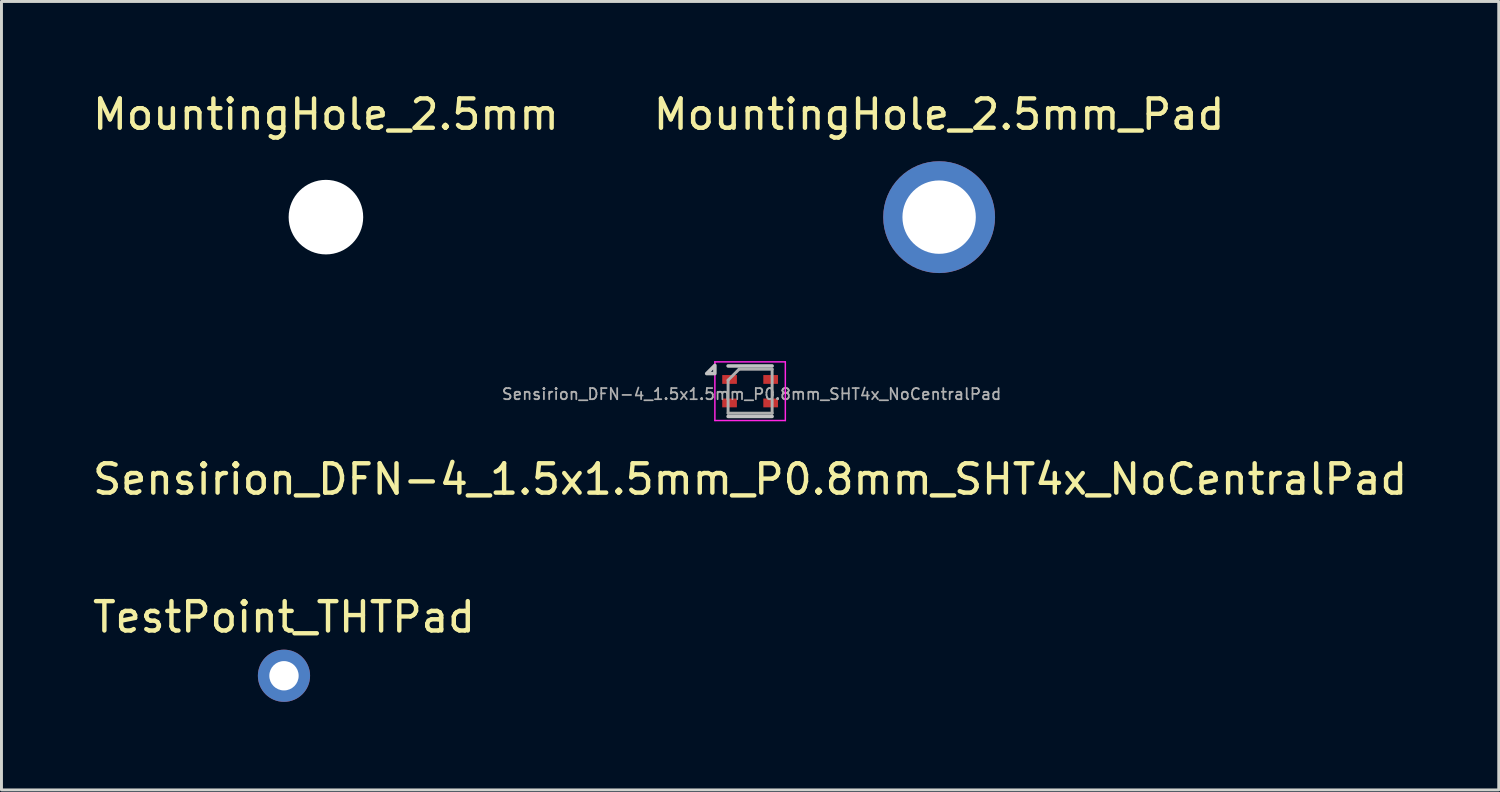
<source format=kicad_pcb>
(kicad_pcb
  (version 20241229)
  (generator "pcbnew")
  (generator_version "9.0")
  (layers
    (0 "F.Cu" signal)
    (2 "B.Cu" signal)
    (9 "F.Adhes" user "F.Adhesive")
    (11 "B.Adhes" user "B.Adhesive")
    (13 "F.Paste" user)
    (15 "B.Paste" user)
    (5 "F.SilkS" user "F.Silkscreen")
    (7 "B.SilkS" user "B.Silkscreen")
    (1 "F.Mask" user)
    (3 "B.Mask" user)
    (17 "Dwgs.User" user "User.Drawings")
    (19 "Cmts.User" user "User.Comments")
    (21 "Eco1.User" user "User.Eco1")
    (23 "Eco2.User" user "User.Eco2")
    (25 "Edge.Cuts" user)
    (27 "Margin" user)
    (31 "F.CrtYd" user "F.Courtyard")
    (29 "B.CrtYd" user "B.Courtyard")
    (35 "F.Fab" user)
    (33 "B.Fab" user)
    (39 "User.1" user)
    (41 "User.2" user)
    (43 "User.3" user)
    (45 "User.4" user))
  (footprint "Sensirion_DFN-4_1.5x1.5mm_P0.8mm_SHT4x_NoCentralPad"
    (layer "F.Cu")
    (at 22.506 10.278)
    (property "Reference" "Sensirion_DFN-4_1.5x1.5mm_P0.8mm_SHT4x_NoCentralPad" (at 0 3 0) (layer "F.SilkS") (effects (font (size 1 1) (thickness 0.15))))
    (attr smd)
    (fp_line (start -0.75 -0.86) (end 0.75 -0.86) (stroke (width 0.12) (type solid)) (layer "Dwgs.User"))
    (fp_line (start -0.75 0.86) (end 0.75 0.86) (stroke (width 0.12) (type solid)) (layer "Dwgs.User"))
    (fp_poly (pts (xy -1.2 -0.6) (xy -1.48 -0.6) (xy -1.2 -0.88) (xy -1.2 -0.6)) (stroke (width 0.12) (type solid)) (fill no) (layer "Dwgs.User"))
    (fp_line (start -1.2 -1) (end -1.2 1) (stroke (width 0.05) (type solid)) (layer "F.CrtYd"))
    (fp_line (start -1.2 1) (end 1.2 1) (stroke (width 0.05) (type solid)) (layer "F.CrtYd"))
    (fp_line (start 1.2 -1) (end -1.2 -1) (stroke (width 0.05) (type solid)) (layer "F.CrtYd"))
    (fp_line (start 1.2 1) (end 1.2 -1) (stroke (width 0.05) (type solid)) (layer "F.CrtYd"))
    (fp_line (start -0.75 -0.375) (end -0.375 -0.75) (stroke (width 0.1) (type solid)) (layer "F.Fab"))
    (fp_line (start -0.75 0.75) (end -0.75 -0.375) (stroke (width 0.1) (type solid)) (layer "F.Fab"))
    (fp_line (start -0.375 -0.75) (end 0.75 -0.75) (stroke (width 0.1) (type solid)) (layer "F.Fab"))
    (fp_line (start 0.75 -0.75) (end 0.75 0.75) (stroke (width 0.1) (type solid)) (layer "F.Fab"))
    (fp_line (start 0.75 0.75) (end -0.75 0.75) (stroke (width 0.1) (type solid)) (layer "F.Fab"))
    (fp_text user "${REFERENCE}" (at 0.05 0.1 0) (layer "F.Fab") (effects (font (size 0.38 0.38) (thickness 0.06))))
    (pad "1" smd rect (at -0.7 -0.4) (size 0.5 0.3) (layers "F.Cu" "F.Mask" "F.Paste"))
    (pad "2" smd rect (at -0.7 0.4) (size 0.5 0.3) (layers "F.Cu" "F.Mask" "F.Paste"))
    (pad "3" smd rect (at 0.7 0.4) (size 0.5 0.3) (layers "F.Cu" "F.Mask" "F.Paste"))
    (pad "4" smd rect (at 0.7 -0.4) (size 0.5 0.3) (layers "F.Cu" "F.Mask" "F.Paste"))
    (zone (net_name "") (layer "F.Cu") (hatch edge 0.508) (connect_pads) (min_thickness 0.254) (filled_areas_thickness no) (keepout (tracks not_allowed) (vias not_allowed) (pads allowed) (copperpour not_allowed) (footprints allowed)) (placement (enabled no)) (fill) (polygon (pts (xy 23.256 9.728) (xy 22.956 9.728) (xy 22.956 10.028) (xy 23.256 10.028) (xy 23.256 10.528) (xy 22.956 10.528) (xy 22.956 10.828) (xy 23.256 10.828) (xy 23.256 11.028) (xy 21.756 11.028) (xy 21.756 10.828) (xy 22.056 10.828) (xy 22.056 10.528) (xy 21.756 10.528) (xy 21.756 10.028) (xy 22.056 10.028) (xy 22.056 9.728) (xy 21.756 9.728) (xy 21.756 9.528) (xy 23.256 9.528)))))
  (footprint "MountingHole_2.5mm"
    (layer "F.Cu")
    (at 8.054 4.348)
    (property "Reference" "MountingHole_2.5mm" (at 0 -3.5 0) (layer "F.SilkS") (effects (font (size 1 1) (thickness 0.15))))
    (attr exclude_from_pos_files exclude_from_bom)
    (pad "" np_thru_hole circle (at 0 0) (size 2.54 2.54) (drill 2.54) (layers "*.Cu" "*.Mask")))
  (footprint "MountingHole_2.5mm_Pad"
    (layer "F.Cu")
    (at 28.946 4.348)
    (property "Reference" "MountingHole_2.5mm_Pad" (at 0 -3.5 0) (layer "F.SilkS") (effects (font (size 1 1) (thickness 0.15))))
    (attr exclude_from_pos_files exclude_from_bom)
    (pad "1" thru_hole circle (at 0 0) (size 3.81 3.81) (drill 2.5) (layers "*.Cu" "*.Mask")))
  (footprint "TestPoint_THTPad"
    (layer "F.Cu")
    (at 6.625 19.973)
    (property "Reference" "TestPoint_THTPad" (at 0 -1.998 0) (layer "F.SilkS") (effects (font (size 1 1) (thickness 0.15))))
    (attr through_hole exclude_from_pos_files exclude_from_bom dnp)
    (pad "1" thru_hole circle (at 0 0) (size 1.778 1.778) (drill 1) (layers "*.Cu" "*.Mask")))
  (gr_rect
    (start -3 -3)
    (end 48.012 23.862)
    (stroke (width 0.1) (type default))
    (fill no)
    (layer "Edge.Cuts")))
</source>
